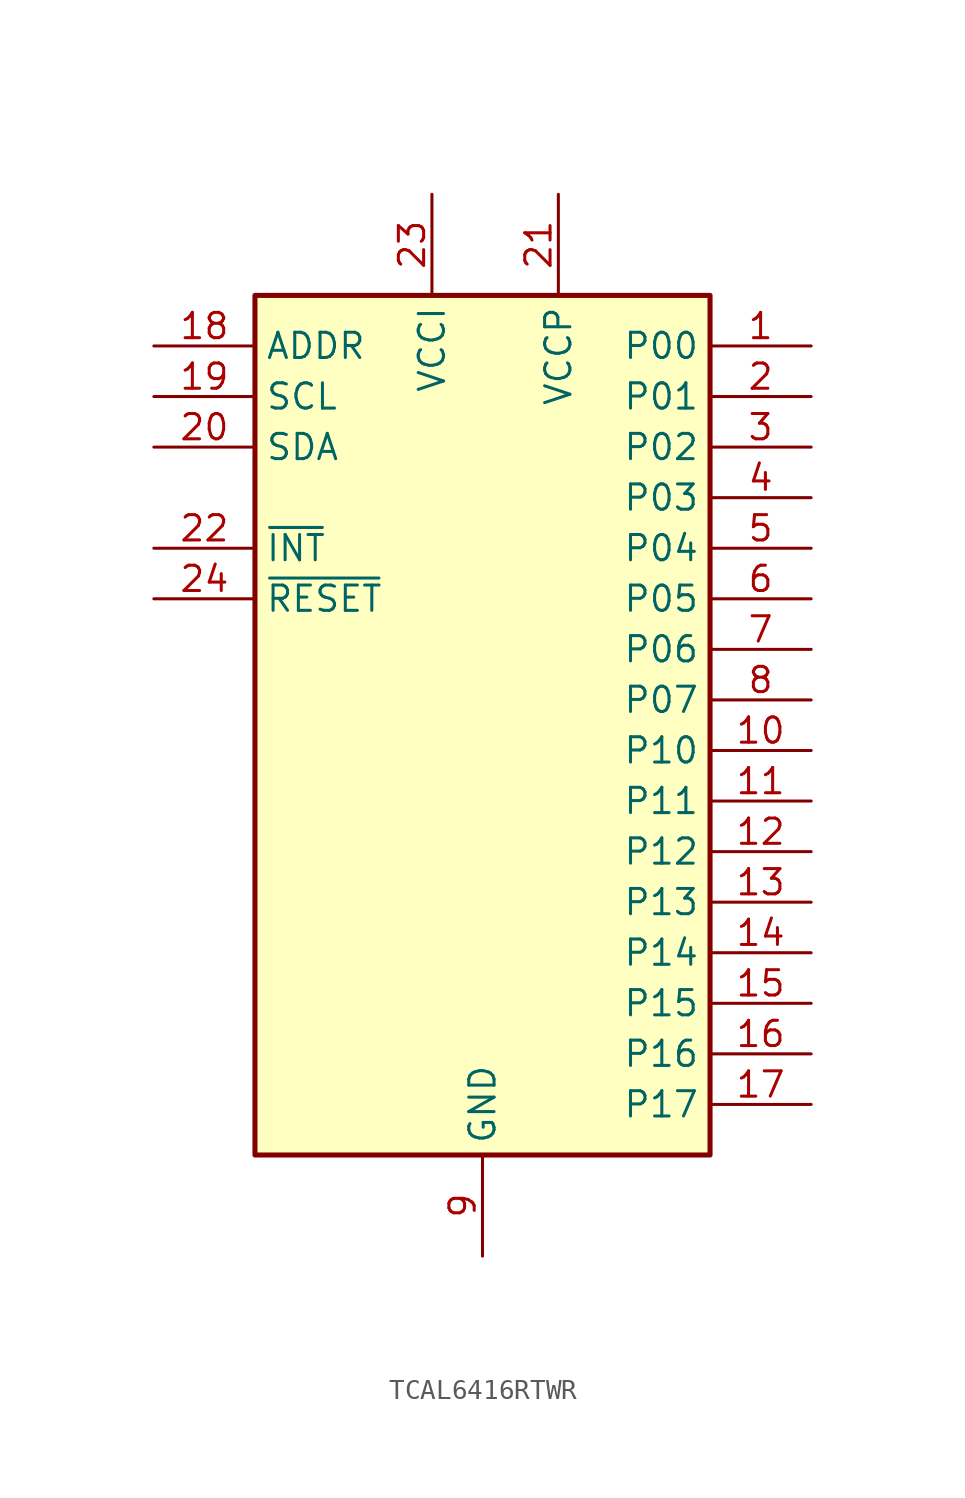
<source format=kicad_sym>
(kicad_symbol_lib
  (version 20241209)
  (generator "kicad_symbol_editor")
  (generator_version "9.0")
  (symbol "TCAL6416RTWR"
    (property "Reference" "IC"
      (at 26.67 17.78 0)
      (effects (font (size 1.27 1.27)) (justify left top) (hide yes)))
    (symbol "TCAL6416RTWR_1_1"
      (rectangle (start -11.43 20.32) (end 11.43 -22.86) (stroke (width 0.254) (type default)) (fill (type background)))
      (pin passive line (at -16.51 17.78 0) (length 5.08) (name "ADDR" (effects (font (size 1.27 1.27)))) (number "18" (effects (font (size 1.27 1.27)))))
      (pin passive line (at -16.51 15.24 0) (length 5.08) (name "SCL" (effects (font (size 1.27 1.27)))) (number "19" (effects (font (size 1.27 1.27)))))
      (pin passive line (at -16.51 12.7 0) (length 5.08) (name "SDA" (effects (font (size 1.27 1.27)))) (number "20" (effects (font (size 1.27 1.27)))))
      (pin passive line (at -16.51 7.62 0) (length 5.08) (name "~{INT}" (effects (font (size 1.27 1.27)))) (number "22" (effects (font (size 1.27 1.27)))))
      (pin passive line (at -16.51 5.08 0) (length 5.08) (name "~{RESET}" (effects (font (size 1.27 1.27)))) (number "24" (effects (font (size 1.27 1.27)))))
      (pin passive line (at -2.54 25.4 270) (length 5.08) (name "VCCI" (effects (font (size 1.27 1.27)))) (number "23" (effects (font (size 1.27 1.27)))))
      (pin passive line (at 0 -27.94 90) (length 5.08) (name "GND" (effects (font (size 1.27 1.27)))) (number "9" (effects (font (size 1.27 1.27)))))
      (pin passive line (at 3.81 25.4 270) (length 5.08) (name "VCCP" (effects (font (size 1.27 1.27)))) (number "21" (effects (font (size 1.27 1.27)))))
      (pin passive line (at 16.51 17.78 180) (length 5.08) (name "P00" (effects (font (size 1.27 1.27)))) (number "1" (effects (font (size 1.27 1.27)))))
      (pin passive line (at 16.51 15.24 180) (length 5.08) (name "P01" (effects (font (size 1.27 1.27)))) (number "2" (effects (font (size 1.27 1.27)))))
      (pin passive line (at 16.51 12.7 180) (length 5.08) (name "P02" (effects (font (size 1.27 1.27)))) (number "3" (effects (font (size 1.27 1.27)))))
      (pin passive line (at 16.51 10.16 180) (length 5.08) (name "P03" (effects (font (size 1.27 1.27)))) (number "4" (effects (font (size 1.27 1.27)))))
      (pin passive line (at 16.51 7.62 180) (length 5.08) (name "P04" (effects (font (size 1.27 1.27)))) (number "5" (effects (font (size 1.27 1.27)))))
      (pin passive line (at 16.51 5.08 180) (length 5.08) (name "P05" (effects (font (size 1.27 1.27)))) (number "6" (effects (font (size 1.27 1.27)))))
      (pin passive line (at 16.51 2.54 180) (length 5.08) (name "P06" (effects (font (size 1.27 1.27)))) (number "7" (effects (font (size 1.27 1.27)))))
      (pin passive line (at 16.51 0 180) (length 5.08) (name "P07" (effects (font (size 1.27 1.27)))) (number "8" (effects (font (size 1.27 1.27)))))
      (pin passive line (at 16.51 -2.54 180) (length 5.08) (name "P10" (effects (font (size 1.27 1.27)))) (number "10" (effects (font (size 1.27 1.27)))))
      (pin passive line (at 16.51 -5.08 180) (length 5.08) (name "P11" (effects (font (size 1.27 1.27)))) (number "11" (effects (font (size 1.27 1.27)))))
      (pin passive line (at 16.51 -7.62 180) (length 5.08) (name "P12" (effects (font (size 1.27 1.27)))) (number "12" (effects (font (size 1.27 1.27)))))
      (pin passive line (at 16.51 -10.16 180) (length 5.08) (name "P13" (effects (font (size 1.27 1.27)))) (number "13" (effects (font (size 1.27 1.27)))))
      (pin passive line (at 16.51 -12.7 180) (length 5.08) (name "P14" (effects (font (size 1.27 1.27)))) (number "14" (effects (font (size 1.27 1.27)))))
      (pin passive line (at 16.51 -15.24 180) (length 5.08) (name "P15" (effects (font (size 1.27 1.27)))) (number "15" (effects (font (size 1.27 1.27)))))
      (pin passive line (at 16.51 -17.78 180) (length 5.08) (name "P16" (effects (font (size 1.27 1.27)))) (number "16" (effects (font (size 1.27 1.27)))))
      (pin passive line (at 16.51 -20.32 180) (length 5.08) (name "P17" (effects (font (size 1.27 1.27)))) (number "17" (effects (font (size 1.27 1.27))))))))
</source>
